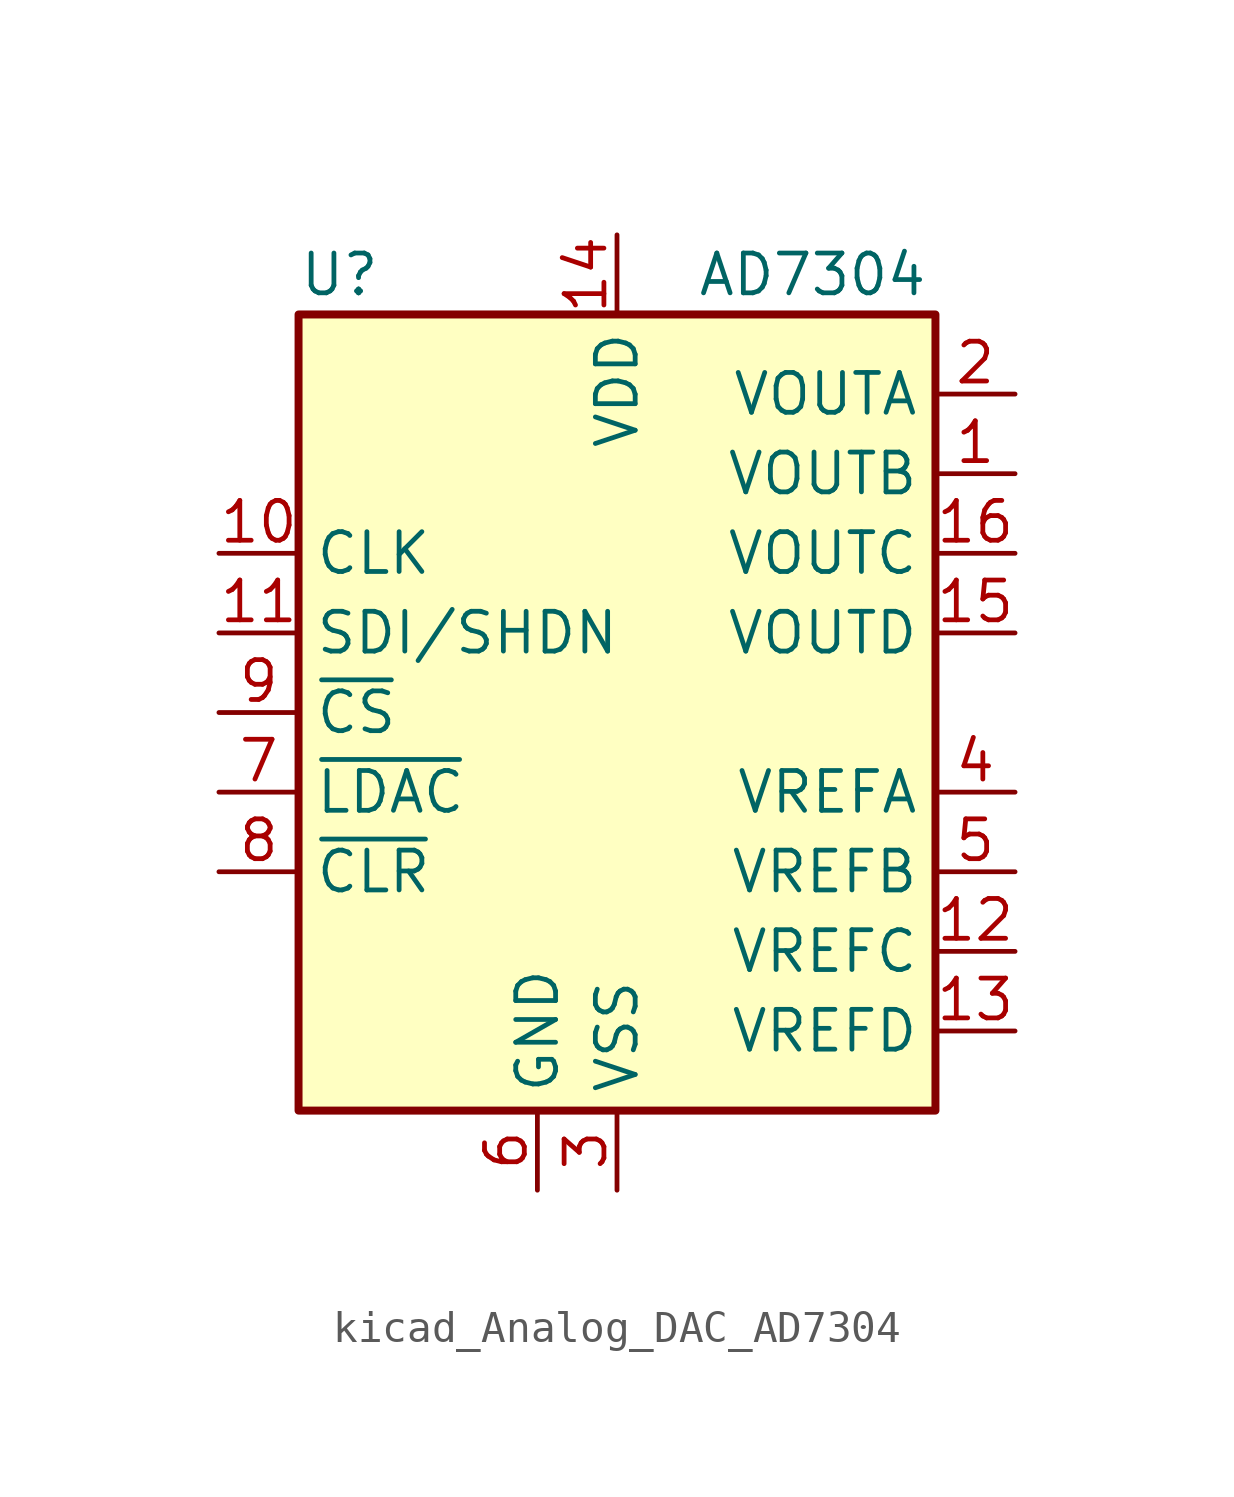
<source format=kicad_sym>
(kicad_symbol_lib
  (version 20220914)
  (generator kicad_symbol_editor)
  (symbol "kicad_Analog_DAC_AD7304"
    (property "Reference" "U"
      (at -10.16 13.97 0)
      (effects (font (size 1.27 1.27)) (justify left)))
    (property "Value" "AD7304"
      (at 2.54 13.97 0)
      (effects (font (size 1.27 1.27)) (justify left)))
    (symbol "kicad_Analog_DAC_AD7304_0_1"
      (rectangle (start -10.16 12.7) (end 10.16 -12.7) (stroke (width 0.254) (type default)) (fill (type background))))
    (symbol "kicad_Analog_DAC_AD7304_1_1"
      (pin output line (at 12.7 7.62 180) (length 2.54) (name "VOUTB" (effects (font (size 1.27 1.27)))) (number "1" (effects (font (size 1.27 1.27)))))
      (pin input line (at -12.7 5.08 0) (length 2.54) (name "CLK" (effects (font (size 1.27 1.27)))) (number "10" (effects (font (size 1.27 1.27)))))
      (pin input line (at -12.7 2.54 0) (length 2.54) (name "SDI/SHDN" (effects (font (size 1.27 1.27)))) (number "11" (effects (font (size 1.27 1.27)))))
      (pin input line (at 12.7 -7.62 180) (length 2.54) (name "VREFC" (effects (font (size 1.27 1.27)))) (number "12" (effects (font (size 1.27 1.27)))))
      (pin input line (at 12.7 -10.16 180) (length 2.54) (name "VREFD" (effects (font (size 1.27 1.27)))) (number "13" (effects (font (size 1.27 1.27)))))
      (pin power_in line (at 0 15.24 270) (length 2.54) (name "VDD" (effects (font (size 1.27 1.27)))) (number "14" (effects (font (size 1.27 1.27)))))
      (pin output line (at 12.7 2.54 180) (length 2.54) (name "VOUTD" (effects (font (size 1.27 1.27)))) (number "15" (effects (font (size 1.27 1.27)))))
      (pin output line (at 12.7 5.08 180) (length 2.54) (name "VOUTC" (effects (font (size 1.27 1.27)))) (number "16" (effects (font (size 1.27 1.27)))))
      (pin output line (at 12.7 10.16 180) (length 2.54) (name "VOUTA" (effects (font (size 1.27 1.27)))) (number "2" (effects (font (size 1.27 1.27)))))
      (pin power_in line (at 0 -15.24 90) (length 2.54) (name "VSS" (effects (font (size 1.27 1.27)))) (number "3" (effects (font (size 1.27 1.27)))))
      (pin input line (at 12.7 -2.54 180) (length 2.54) (name "VREFA" (effects (font (size 1.27 1.27)))) (number "4" (effects (font (size 1.27 1.27)))))
      (pin input line (at 12.7 -5.08 180) (length 2.54) (name "VREFB" (effects (font (size 1.27 1.27)))) (number "5" (effects (font (size 1.27 1.27)))))
      (pin power_in line (at -2.54 -15.24 90) (length 2.54) (name "GND" (effects (font (size 1.27 1.27)))) (number "6" (effects (font (size 1.27 1.27)))))
      (pin output line (at -12.7 -2.54 0) (length 2.54) (name "~{LDAC}" (effects (font (size 1.27 1.27)))) (number "7" (effects (font (size 1.27 1.27)))))
      (pin output line (at -12.7 -5.08 0) (length 2.54) (name "~{CLR}" (effects (font (size 1.27 1.27)))) (number "8" (effects (font (size 1.27 1.27)))))
      (pin input line (at -12.7 0 0) (length 2.54) (name "~{CS}" (effects (font (size 1.27 1.27)))) (number "9" (effects (font (size 1.27 1.27))))))))
</source>
